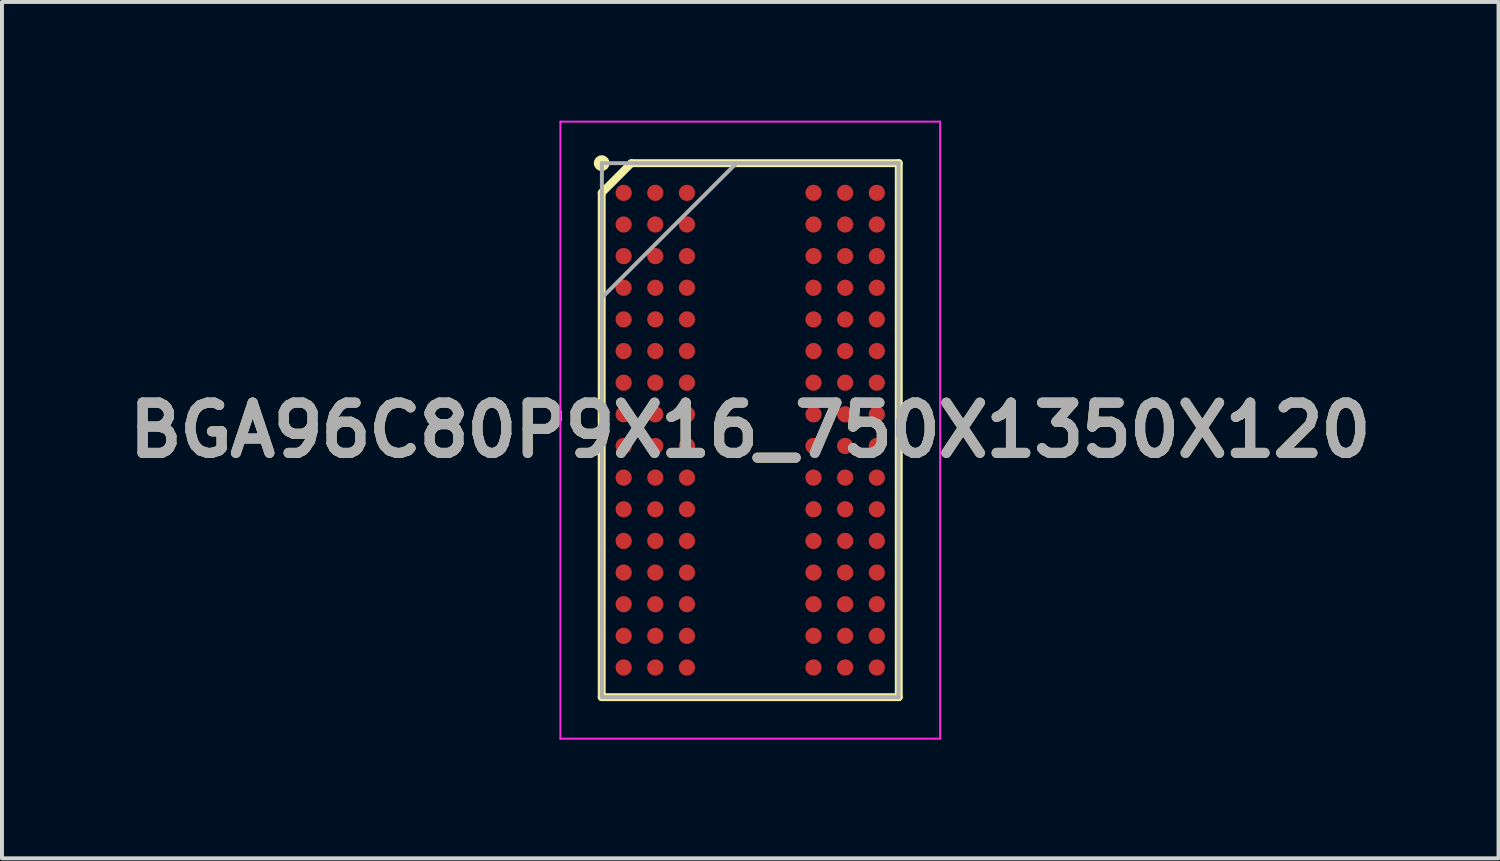
<source format=kicad_pcb>
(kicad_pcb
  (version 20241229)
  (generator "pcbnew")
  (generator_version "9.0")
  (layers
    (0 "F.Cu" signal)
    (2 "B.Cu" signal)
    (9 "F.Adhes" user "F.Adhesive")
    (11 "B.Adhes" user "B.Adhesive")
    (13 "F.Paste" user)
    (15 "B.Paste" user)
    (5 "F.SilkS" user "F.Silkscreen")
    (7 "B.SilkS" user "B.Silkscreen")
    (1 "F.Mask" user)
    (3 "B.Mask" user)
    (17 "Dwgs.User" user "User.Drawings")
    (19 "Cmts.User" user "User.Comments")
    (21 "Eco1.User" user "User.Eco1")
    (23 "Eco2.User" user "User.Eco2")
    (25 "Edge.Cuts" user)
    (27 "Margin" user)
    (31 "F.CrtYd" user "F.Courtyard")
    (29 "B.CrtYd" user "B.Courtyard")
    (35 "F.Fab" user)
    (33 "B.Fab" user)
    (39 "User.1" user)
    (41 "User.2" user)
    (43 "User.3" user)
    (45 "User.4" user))
  (footprint "BGA96C80P9X16_750X1350X120"
    (layer "F.Cu")
    (at 15.917 7.825)
    (property "Reference" "BGA96C80P9X16_750X1350X120" (at 0 0 0) (layer "F.SilkS") (effects (font (size 1.27 1.27) (thickness 0.254))))
    (attr smd)
    (fp_line (start -3.755 -6) (end -3.005 -6.75) (stroke (width 0.2) (type solid)) (layer "F.SilkS"))
    (fp_line (start -3.755 6.75) (end -3.755 -6) (stroke (width 0.2) (type solid)) (layer "F.SilkS"))
    (fp_line (start -3.005 -6.75) (end 3.755 -6.75) (stroke (width 0.2) (type solid)) (layer "F.SilkS"))
    (fp_line (start 3.755 -6.75) (end 3.755 6.75) (stroke (width 0.2) (type solid)) (layer "F.SilkS"))
    (fp_line (start 3.755 6.75) (end -3.755 6.75) (stroke (width 0.2) (type solid)) (layer "F.SilkS"))
    (fp_circle (center -3.755 -6.75) (end -3.755 -6.65) (stroke (width 0.2) (type solid)) (fill no) (layer "F.SilkS"))
    (fp_line (start -4.8 -7.8) (end 4.8 -7.8) (stroke (width 0.05) (type solid)) (layer "F.CrtYd"))
    (fp_line (start -4.8 7.8) (end -4.8 -7.8) (stroke (width 0.05) (type solid)) (layer "F.CrtYd"))
    (fp_line (start 4.8 -7.8) (end 4.8 7.8) (stroke (width 0.05) (type solid)) (layer "F.CrtYd"))
    (fp_line (start 4.8 7.8) (end -4.8 7.8) (stroke (width 0.05) (type solid)) (layer "F.CrtYd"))
    (fp_line (start -3.75 -6.75) (end 3.75 -6.75) (stroke (width 0.1) (type solid)) (layer "F.Fab"))
    (fp_line (start -3.75 -3.35) (end -0.35 -6.75) (stroke (width 0.1) (type solid)) (layer "F.Fab"))
    (fp_line (start -3.75 6.75) (end -3.75 -6.75) (stroke (width 0.1) (type solid)) (layer "F.Fab"))
    (fp_line (start 3.75 -6.75) (end 3.75 6.75) (stroke (width 0.1) (type solid)) (layer "F.Fab"))
    (fp_line (start 3.75 6.75) (end -3.75 6.75) (stroke (width 0.1) (type solid)) (layer "F.Fab"))
    (fp_text user "${REFERENCE}" (at 0 0 0) (layer "F.Fab") (effects (font (size 1.27 1.27) (thickness 0.254))))
    (pad "A1" smd circle (at -3.2 -6 90) (size 0.41 0.41) (layers "F.Cu" "F.Mask" "F.Paste"))
    (pad "A2" smd circle (at -2.4 -6 90) (size 0.41 0.41) (layers "F.Cu" "F.Mask" "F.Paste"))
    (pad "A3" smd circle (at -1.6 -6 90) (size 0.41 0.41) (layers "F.Cu" "F.Mask" "F.Paste"))
    (pad "A7" smd circle (at 1.6 -6 90) (size 0.41 0.41) (layers "F.Cu" "F.Mask" "F.Paste"))
    (pad "A8" smd circle (at 2.4 -6 90) (size 0.41 0.41) (layers "F.Cu" "F.Mask" "F.Paste"))
    (pad "A9" smd circle (at 3.2 -6 90) (size 0.41 0.41) (layers "F.Cu" "F.Mask" "F.Paste"))
    (pad "B1" smd circle (at -3.2 -5.2 90) (size 0.41 0.41) (layers "F.Cu" "F.Mask" "F.Paste"))
    (pad "B2" smd circle (at -2.4 -5.2 90) (size 0.41 0.41) (layers "F.Cu" "F.Mask" "F.Paste"))
    (pad "B3" smd circle (at -1.6 -5.2 90) (size 0.41 0.41) (layers "F.Cu" "F.Mask" "F.Paste"))
    (pad "B7" smd circle (at 1.6 -5.2 90) (size 0.41 0.41) (layers "F.Cu" "F.Mask" "F.Paste"))
    (pad "B8" smd circle (at 2.4 -5.2 90) (size 0.41 0.41) (layers "F.Cu" "F.Mask" "F.Paste"))
    (pad "B9" smd circle (at 3.2 -5.2 90) (size 0.41 0.41) (layers "F.Cu" "F.Mask" "F.Paste"))
    (pad "C1" smd circle (at -3.2 -4.4 90) (size 0.41 0.41) (layers "F.Cu" "F.Mask" "F.Paste"))
    (pad "C2" smd circle (at -2.4 -4.4 90) (size 0.41 0.41) (layers "F.Cu" "F.Mask" "F.Paste"))
    (pad "C3" smd circle (at -1.6 -4.4 90) (size 0.41 0.41) (layers "F.Cu" "F.Mask" "F.Paste"))
    (pad "C7" smd circle (at 1.6 -4.4 90) (size 0.41 0.41) (layers "F.Cu" "F.Mask" "F.Paste"))
    (pad "C8" smd circle (at 2.4 -4.4 90) (size 0.41 0.41) (layers "F.Cu" "F.Mask" "F.Paste"))
    (pad "C9" smd circle (at 3.2 -4.4 90) (size 0.41 0.41) (layers "F.Cu" "F.Mask" "F.Paste"))
    (pad "D1" smd circle (at -3.2 -3.6 90) (size 0.41 0.41) (layers "F.Cu" "F.Mask" "F.Paste"))
    (pad "D2" smd circle (at -2.4 -3.6 90) (size 0.41 0.41) (layers "F.Cu" "F.Mask" "F.Paste"))
    (pad "D3" smd circle (at -1.6 -3.6 90) (size 0.41 0.41) (layers "F.Cu" "F.Mask" "F.Paste"))
    (pad "D7" smd circle (at 1.6 -3.6 90) (size 0.41 0.41) (layers "F.Cu" "F.Mask" "F.Paste"))
    (pad "D8" smd circle (at 2.4 -3.6 90) (size 0.41 0.41) (layers "F.Cu" "F.Mask" "F.Paste"))
    (pad "D9" smd circle (at 3.2 -3.6 90) (size 0.41 0.41) (layers "F.Cu" "F.Mask" "F.Paste"))
    (pad "E1" smd circle (at -3.2 -2.8 90) (size 0.41 0.41) (layers "F.Cu" "F.Mask" "F.Paste"))
    (pad "E2" smd circle (at -2.4 -2.8 90) (size 0.41 0.41) (layers "F.Cu" "F.Mask" "F.Paste"))
    (pad "E3" smd circle (at -1.6 -2.8 90) (size 0.41 0.41) (layers "F.Cu" "F.Mask" "F.Paste"))
    (pad "E7" smd circle (at 1.6 -2.8 90) (size 0.41 0.41) (layers "F.Cu" "F.Mask" "F.Paste"))
    (pad "E8" smd circle (at 2.4 -2.8 90) (size 0.41 0.41) (layers "F.Cu" "F.Mask" "F.Paste"))
    (pad "E9" smd circle (at 3.2 -2.8 90) (size 0.41 0.41) (layers "F.Cu" "F.Mask" "F.Paste"))
    (pad "F1" smd circle (at -3.2 -2 90) (size 0.41 0.41) (layers "F.Cu" "F.Mask" "F.Paste"))
    (pad "F2" smd circle (at -2.4 -2 90) (size 0.41 0.41) (layers "F.Cu" "F.Mask" "F.Paste"))
    (pad "F3" smd circle (at -1.6 -2 90) (size 0.41 0.41) (layers "F.Cu" "F.Mask" "F.Paste"))
    (pad "F7" smd circle (at 1.6 -2 90) (size 0.41 0.41) (layers "F.Cu" "F.Mask" "F.Paste"))
    (pad "F8" smd circle (at 2.4 -2 90) (size 0.41 0.41) (layers "F.Cu" "F.Mask" "F.Paste"))
    (pad "F9" smd circle (at 3.2 -2 90) (size 0.41 0.41) (layers "F.Cu" "F.Mask" "F.Paste"))
    (pad "G1" smd circle (at -3.2 -1.2 90) (size 0.41 0.41) (layers "F.Cu" "F.Mask" "F.Paste"))
    (pad "G2" smd circle (at -2.4 -1.2 90) (size 0.41 0.41) (layers "F.Cu" "F.Mask" "F.Paste"))
    (pad "G3" smd circle (at -1.6 -1.2 90) (size 0.41 0.41) (layers "F.Cu" "F.Mask" "F.Paste"))
    (pad "G7" smd circle (at 1.6 -1.2 90) (size 0.41 0.41) (layers "F.Cu" "F.Mask" "F.Paste"))
    (pad "G8" smd circle (at 2.4 -1.2 90) (size 0.41 0.41) (layers "F.Cu" "F.Mask" "F.Paste"))
    (pad "G9" smd circle (at 3.2 -1.2 90) (size 0.41 0.41) (layers "F.Cu" "F.Mask" "F.Paste"))
    (pad "H1" smd circle (at -3.2 -0.4 90) (size 0.41 0.41) (layers "F.Cu" "F.Mask" "F.Paste"))
    (pad "H2" smd circle (at -2.4 -0.4 90) (size 0.41 0.41) (layers "F.Cu" "F.Mask" "F.Paste"))
    (pad "H3" smd circle (at -1.6 -0.4 90) (size 0.41 0.41) (layers "F.Cu" "F.Mask" "F.Paste"))
    (pad "H7" smd circle (at 1.6 -0.4 90) (size 0.41 0.41) (layers "F.Cu" "F.Mask" "F.Paste"))
    (pad "H8" smd circle (at 2.4 -0.4 90) (size 0.41 0.41) (layers "F.Cu" "F.Mask" "F.Paste"))
    (pad "H9" smd circle (at 3.2 -0.4 90) (size 0.41 0.41) (layers "F.Cu" "F.Mask" "F.Paste"))
    (pad "J1" smd circle (at -3.2 0.4 90) (size 0.41 0.41) (layers "F.Cu" "F.Mask" "F.Paste"))
    (pad "J2" smd circle (at -2.4 0.4 90) (size 0.41 0.41) (layers "F.Cu" "F.Mask" "F.Paste"))
    (pad "J3" smd circle (at -1.6 0.4 90) (size 0.41 0.41) (layers "F.Cu" "F.Mask" "F.Paste"))
    (pad "J7" smd circle (at 1.6 0.4 90) (size 0.41 0.41) (layers "F.Cu" "F.Mask" "F.Paste"))
    (pad "J8" smd circle (at 2.4 0.4 90) (size 0.41 0.41) (layers "F.Cu" "F.Mask" "F.Paste"))
    (pad "J9" smd circle (at 3.2 0.4 90) (size 0.41 0.41) (layers "F.Cu" "F.Mask" "F.Paste"))
    (pad "K1" smd circle (at -3.2 1.2 90) (size 0.41 0.41) (layers "F.Cu" "F.Mask" "F.Paste"))
    (pad "K2" smd circle (at -2.4 1.2 90) (size 0.41 0.41) (layers "F.Cu" "F.Mask" "F.Paste"))
    (pad "K3" smd circle (at -1.6 1.2 90) (size 0.41 0.41) (layers "F.Cu" "F.Mask" "F.Paste"))
    (pad "K7" smd circle (at 1.6 1.2 90) (size 0.41 0.41) (layers "F.Cu" "F.Mask" "F.Paste"))
    (pad "K8" smd circle (at 2.4 1.2 90) (size 0.41 0.41) (layers "F.Cu" "F.Mask" "F.Paste"))
    (pad "K9" smd circle (at 3.2 1.2 90) (size 0.41 0.41) (layers "F.Cu" "F.Mask" "F.Paste"))
    (pad "L1" smd circle (at -3.2 2 90) (size 0.41 0.41) (layers "F.Cu" "F.Mask" "F.Paste"))
    (pad "L2" smd circle (at -2.4 2 90) (size 0.41 0.41) (layers "F.Cu" "F.Mask" "F.Paste"))
    (pad "L3" smd circle (at -1.6 2 90) (size 0.41 0.41) (layers "F.Cu" "F.Mask" "F.Paste"))
    (pad "L7" smd circle (at 1.6 2 90) (size 0.41 0.41) (layers "F.Cu" "F.Mask" "F.Paste"))
    (pad "L8" smd circle (at 2.4 2 90) (size 0.41 0.41) (layers "F.Cu" "F.Mask" "F.Paste"))
    (pad "L9" smd circle (at 3.2 2 90) (size 0.41 0.41) (layers "F.Cu" "F.Mask" "F.Paste"))
    (pad "M1" smd circle (at -3.2 2.8 90) (size 0.41 0.41) (layers "F.Cu" "F.Mask" "F.Paste"))
    (pad "M2" smd circle (at -2.4 2.8 90) (size 0.41 0.41) (layers "F.Cu" "F.Mask" "F.Paste"))
    (pad "M3" smd circle (at -1.6 2.8 90) (size 0.41 0.41) (layers "F.Cu" "F.Mask" "F.Paste"))
    (pad "M7" smd circle (at 1.6 2.8 90) (size 0.41 0.41) (layers "F.Cu" "F.Mask" "F.Paste"))
    (pad "M8" smd circle (at 2.4 2.8 90) (size 0.41 0.41) (layers "F.Cu" "F.Mask" "F.Paste"))
    (pad "M9" smd circle (at 3.2 2.8 90) (size 0.41 0.41) (layers "F.Cu" "F.Mask" "F.Paste"))
    (pad "N1" smd circle (at -3.2 3.6 90) (size 0.41 0.41) (layers "F.Cu" "F.Mask" "F.Paste"))
    (pad "N2" smd circle (at -2.4 3.6 90) (size 0.41 0.41) (layers "F.Cu" "F.Mask" "F.Paste"))
    (pad "N3" smd circle (at -1.6 3.6 90) (size 0.41 0.41) (layers "F.Cu" "F.Mask" "F.Paste"))
    (pad "N7" smd circle (at 1.6 3.6 90) (size 0.41 0.41) (layers "F.Cu" "F.Mask" "F.Paste"))
    (pad "N8" smd circle (at 2.4 3.6 90) (size 0.41 0.41) (layers "F.Cu" "F.Mask" "F.Paste"))
    (pad "N9" smd circle (at 3.2 3.6 90) (size 0.41 0.41) (layers "F.Cu" "F.Mask" "F.Paste"))
    (pad "P1" smd circle (at -3.2 4.4 90) (size 0.41 0.41) (layers "F.Cu" "F.Mask" "F.Paste"))
    (pad "P2" smd circle (at -2.4 4.4 90) (size 0.41 0.41) (layers "F.Cu" "F.Mask" "F.Paste"))
    (pad "P3" smd circle (at -1.6 4.4 90) (size 0.41 0.41) (layers "F.Cu" "F.Mask" "F.Paste"))
    (pad "P7" smd circle (at 1.6 4.4 90) (size 0.41 0.41) (layers "F.Cu" "F.Mask" "F.Paste"))
    (pad "P8" smd circle (at 2.4 4.4 90) (size 0.41 0.41) (layers "F.Cu" "F.Mask" "F.Paste"))
    (pad "P9" smd circle (at 3.2 4.4 90) (size 0.41 0.41) (layers "F.Cu" "F.Mask" "F.Paste"))
    (pad "R1" smd circle (at -3.2 5.2 90) (size 0.41 0.41) (layers "F.Cu" "F.Mask" "F.Paste"))
    (pad "R2" smd circle (at -2.4 5.2 90) (size 0.41 0.41) (layers "F.Cu" "F.Mask" "F.Paste"))
    (pad "R3" smd circle (at -1.6 5.2 90) (size 0.41 0.41) (layers "F.Cu" "F.Mask" "F.Paste"))
    (pad "R7" smd circle (at 1.6 5.2 90) (size 0.41 0.41) (layers "F.Cu" "F.Mask" "F.Paste"))
    (pad "R8" smd circle (at 2.4 5.2 90) (size 0.41 0.41) (layers "F.Cu" "F.Mask" "F.Paste"))
    (pad "R9" smd circle (at 3.2 5.2 90) (size 0.41 0.41) (layers "F.Cu" "F.Mask" "F.Paste"))
    (pad "T1" smd circle (at -3.2 6 90) (size 0.41 0.41) (layers "F.Cu" "F.Mask" "F.Paste"))
    (pad "T2" smd circle (at -2.4 6 90) (size 0.41 0.41) (layers "F.Cu" "F.Mask" "F.Paste"))
    (pad "T3" smd circle (at -1.6 6 90) (size 0.41 0.41) (layers "F.Cu" "F.Mask" "F.Paste"))
    (pad "T7" smd circle (at 1.6 6 90) (size 0.41 0.41) (layers "F.Cu" "F.Mask" "F.Paste"))
    (pad "T8" smd circle (at 2.4 6 90) (size 0.41 0.41) (layers "F.Cu" "F.Mask" "F.Paste"))
    (pad "T9" smd circle (at 3.2 6 90) (size 0.41 0.41) (layers "F.Cu" "F.Mask" "F.Paste")))
  (gr_rect
    (start -3 -3)
    (end 34.835 18.65)
    (stroke (width 0.1) (type default))
    (fill no)
    (layer "Edge.Cuts")))
</source>
